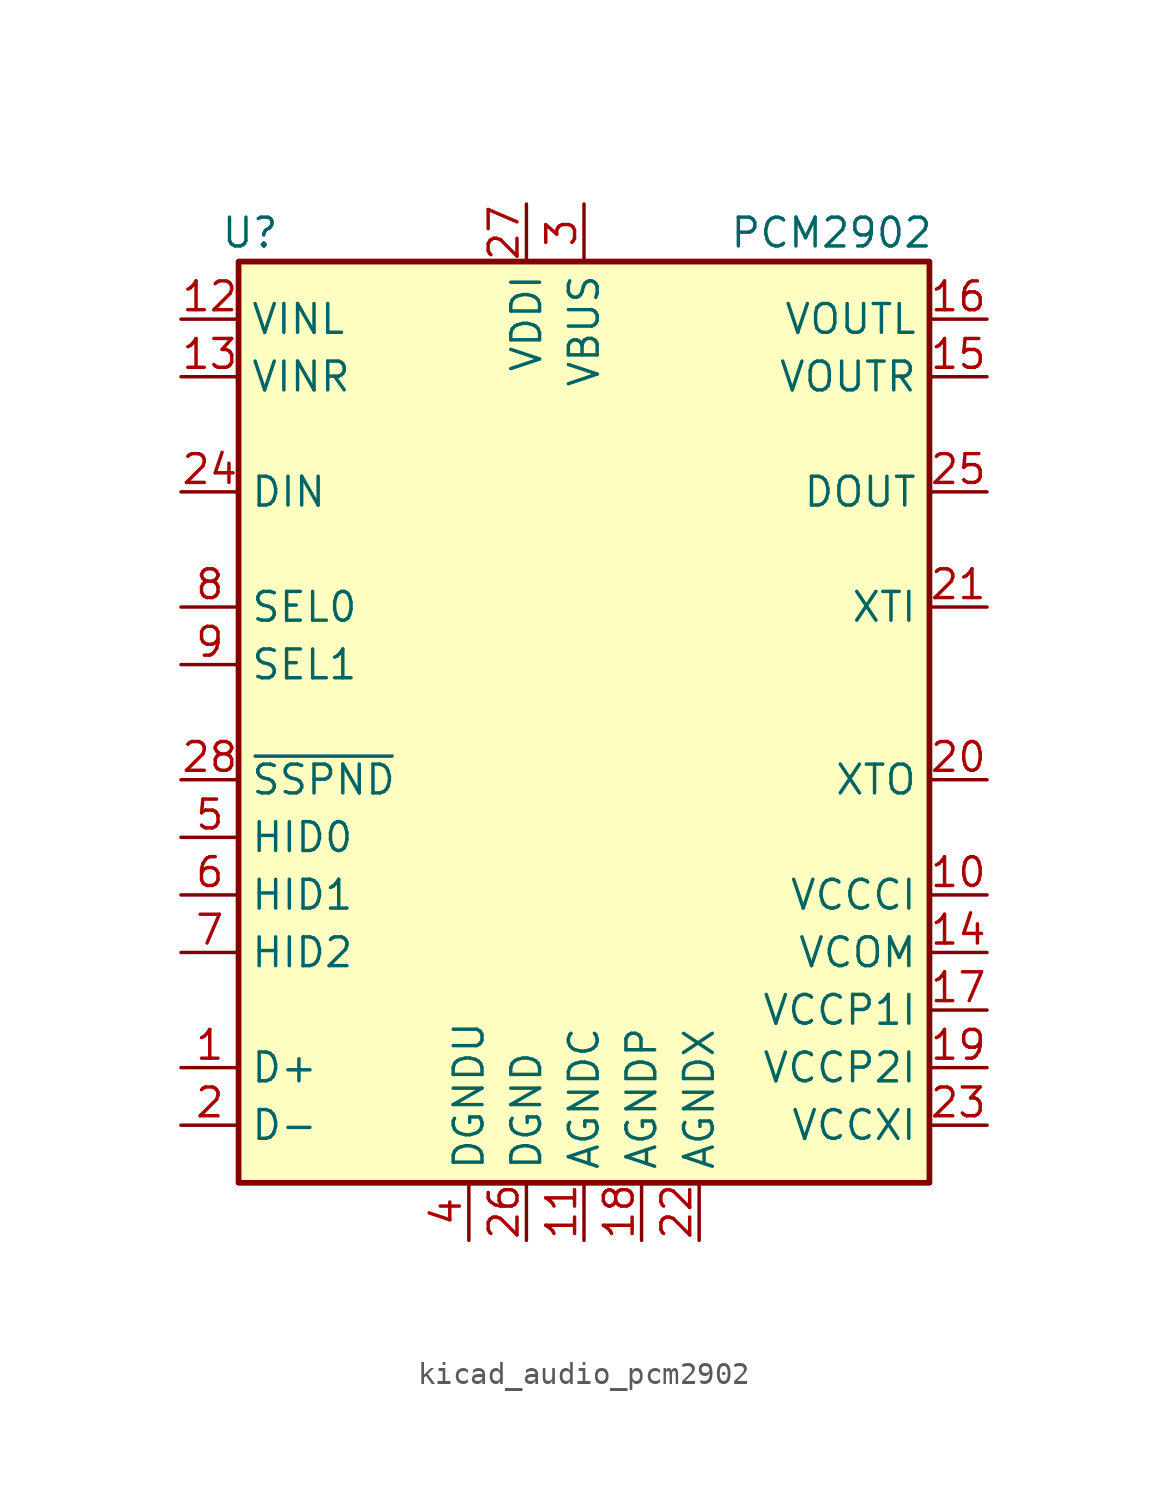
<source format=kicad_sym>
(kicad_symbol_lib
  (version 20220914)
  (generator kicad_symbol_editor)
  (symbol "kicad_audio_pcm2902"
    (property "Reference" "U"
      (at -14.732 21.59 0)
      (effects (font (size 1.27 1.27))))
    (property "Value" "PCM2902"
      (at 10.922 21.59 0)
      (effects (font (size 1.27 1.27))))
    (symbol "kicad_audio_pcm2902_0_1"
      (rectangle (start -15.24 20.32) (end 15.24 -20.32) (stroke (width 0.254) (type default)) (fill (type background))))
    (symbol "kicad_audio_pcm2902_1_1"
      (pin bidirectional line (at -17.78 -15.24 0) (length 2.54) (name "D+" (effects (font (size 1.27 1.27)))) (number "1" (effects (font (size 1.27 1.27)))))
      (pin passive line (at 17.78 -7.62 180) (length 2.54) (name "VCCCI" (effects (font (size 1.27 1.27)))) (number "10" (effects (font (size 1.27 1.27)))))
      (pin power_in line (at 0 -22.86 90) (length 2.54) (name "AGNDC" (effects (font (size 1.27 1.27)))) (number "11" (effects (font (size 1.27 1.27)))))
      (pin input line (at -17.78 17.78 0) (length 2.54) (name "VINL" (effects (font (size 1.27 1.27)))) (number "12" (effects (font (size 1.27 1.27)))))
      (pin input line (at -17.78 15.24 0) (length 2.54) (name "VINR" (effects (font (size 1.27 1.27)))) (number "13" (effects (font (size 1.27 1.27)))))
      (pin passive line (at 17.78 -10.16 180) (length 2.54) (name "VCOM" (effects (font (size 1.27 1.27)))) (number "14" (effects (font (size 1.27 1.27)))))
      (pin output line (at 17.78 15.24 180) (length 2.54) (name "VOUTR" (effects (font (size 1.27 1.27)))) (number "15" (effects (font (size 1.27 1.27)))))
      (pin output line (at 17.78 17.78 180) (length 2.54) (name "VOUTL" (effects (font (size 1.27 1.27)))) (number "16" (effects (font (size 1.27 1.27)))))
      (pin passive line (at 17.78 -12.7 180) (length 2.54) (name "VCCP1I" (effects (font (size 1.27 1.27)))) (number "17" (effects (font (size 1.27 1.27)))))
      (pin power_in line (at 2.54 -22.86 90) (length 2.54) (name "AGNDP" (effects (font (size 1.27 1.27)))) (number "18" (effects (font (size 1.27 1.27)))))
      (pin passive line (at 17.78 -15.24 180) (length 2.54) (name "VCCP2I" (effects (font (size 1.27 1.27)))) (number "19" (effects (font (size 1.27 1.27)))))
      (pin bidirectional line (at -17.78 -17.78 0) (length 2.54) (name "D-" (effects (font (size 1.27 1.27)))) (number "2" (effects (font (size 1.27 1.27)))))
      (pin output line (at 17.78 -2.54 180) (length 2.54) (name "XTO" (effects (font (size 1.27 1.27)))) (number "20" (effects (font (size 1.27 1.27)))))
      (pin input line (at 17.78 5.08 180) (length 2.54) (name "XTI" (effects (font (size 1.27 1.27)))) (number "21" (effects (font (size 1.27 1.27)))))
      (pin power_in line (at 5.08 -22.86 90) (length 2.54) (name "AGNDX" (effects (font (size 1.27 1.27)))) (number "22" (effects (font (size 1.27 1.27)))))
      (pin passive line (at 17.78 -17.78 180) (length 2.54) (name "VCCXI" (effects (font (size 1.27 1.27)))) (number "23" (effects (font (size 1.27 1.27)))))
      (pin input line (at -17.78 10.16 0) (length 2.54) (name "DIN" (effects (font (size 1.27 1.27)))) (number "24" (effects (font (size 1.27 1.27)))))
      (pin output line (at 17.78 10.16 180) (length 2.54) (name "DOUT" (effects (font (size 1.27 1.27)))) (number "25" (effects (font (size 1.27 1.27)))))
      (pin power_in line (at -2.54 -22.86 90) (length 2.54) (name "DGND" (effects (font (size 1.27 1.27)))) (number "26" (effects (font (size 1.27 1.27)))))
      (pin power_out line (at -2.54 22.86 270) (length 2.54) (name "VDDI" (effects (font (size 1.27 1.27)))) (number "27" (effects (font (size 1.27 1.27)))))
      (pin output line (at -17.78 -2.54 0) (length 2.54) (name "~{SSPND}" (effects (font (size 1.27 1.27)))) (number "28" (effects (font (size 1.27 1.27)))))
      (pin power_in line (at 0 22.86 270) (length 2.54) (name "VBUS" (effects (font (size 1.27 1.27)))) (number "3" (effects (font (size 1.27 1.27)))))
      (pin power_in line (at -5.08 -22.86 90) (length 2.54) (name "DGNDU" (effects (font (size 1.27 1.27)))) (number "4" (effects (font (size 1.27 1.27)))))
      (pin input line (at -17.78 -5.08 0) (length 2.54) (name "HID0" (effects (font (size 1.27 1.27)))) (number "5" (effects (font (size 1.27 1.27)))))
      (pin input line (at -17.78 -7.62 0) (length 2.54) (name "HID1" (effects (font (size 1.27 1.27)))) (number "6" (effects (font (size 1.27 1.27)))))
      (pin input line (at -17.78 -10.16 0) (length 2.54) (name "HID2" (effects (font (size 1.27 1.27)))) (number "7" (effects (font (size 1.27 1.27)))))
      (pin input line (at -17.78 5.08 0) (length 2.54) (name "SEL0" (effects (font (size 1.27 1.27)))) (number "8" (effects (font (size 1.27 1.27)))))
      (pin input line (at -17.78 2.54 0) (length 2.54) (name "SEL1" (effects (font (size 1.27 1.27)))) (number "9" (effects (font (size 1.27 1.27))))))))
</source>
